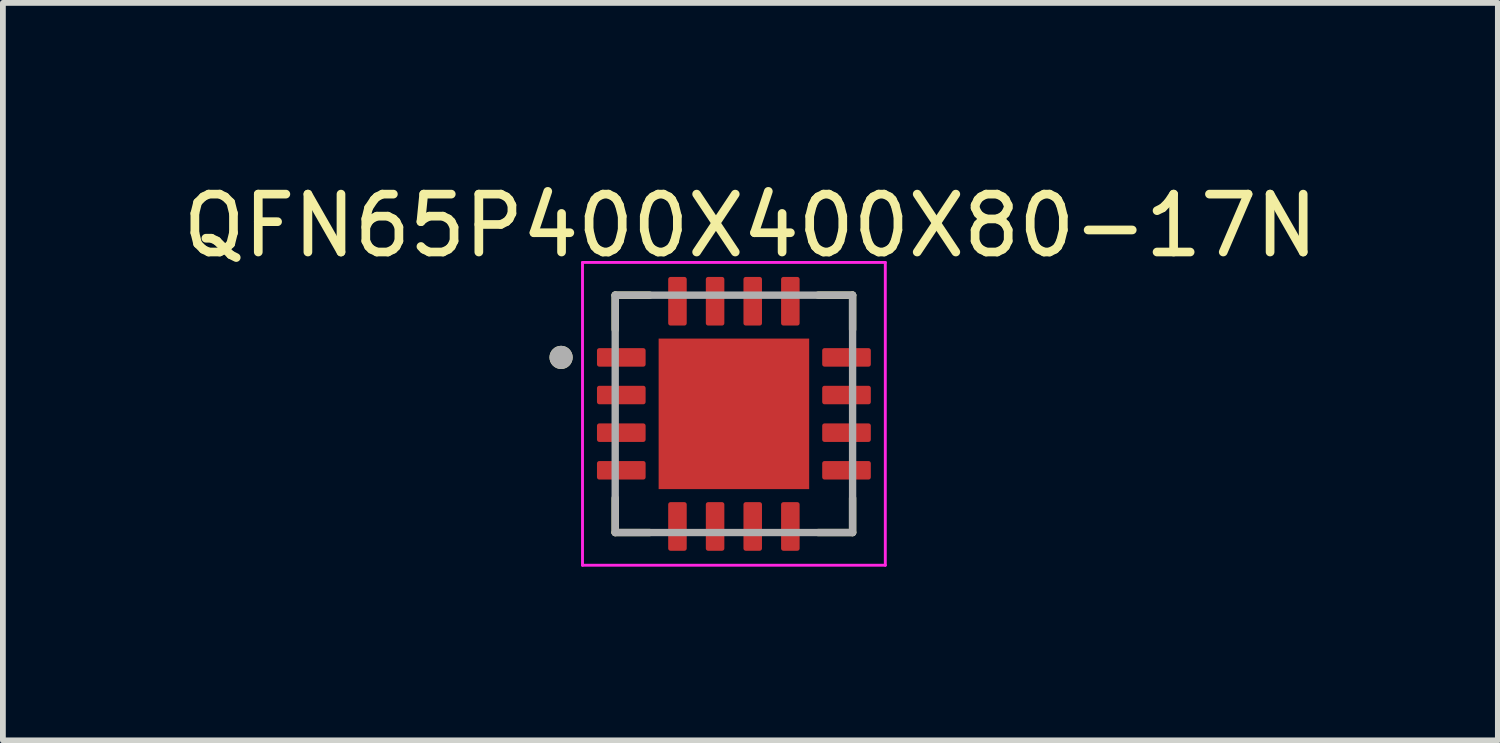
<source format=kicad_pcb>
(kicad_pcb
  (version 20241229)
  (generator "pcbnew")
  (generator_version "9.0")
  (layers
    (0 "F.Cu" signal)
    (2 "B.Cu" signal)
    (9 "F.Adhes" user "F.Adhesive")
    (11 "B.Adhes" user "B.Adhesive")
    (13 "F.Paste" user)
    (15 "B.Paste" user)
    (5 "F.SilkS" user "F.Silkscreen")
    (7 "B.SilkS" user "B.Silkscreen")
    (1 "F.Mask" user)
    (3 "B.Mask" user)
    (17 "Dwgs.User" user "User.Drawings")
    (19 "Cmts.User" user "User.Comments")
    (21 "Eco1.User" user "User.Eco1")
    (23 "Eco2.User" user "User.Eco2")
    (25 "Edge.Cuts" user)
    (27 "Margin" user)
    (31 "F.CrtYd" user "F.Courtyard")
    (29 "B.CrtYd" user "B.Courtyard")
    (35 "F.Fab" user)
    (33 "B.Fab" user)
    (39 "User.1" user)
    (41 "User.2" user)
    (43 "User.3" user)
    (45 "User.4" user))
  (footprint "QFN65P400X400X80-17N"
    (layer "F.Cu")
    (at 9.626 4.098)
    (property "Reference" "QFN65P400X400X80-17N" (at 0.285 -3.25 0) (layer "F.SilkS") (effects (font (size 1 1) (thickness 0.15))))
    (attr smd)
    (fp_line (start -2.05 -2.05) (end -2.05 -1.455) (stroke (width 0.127) (type solid)) (layer "F.SilkS"))
    (fp_line (start -2.05 -2.05) (end -1.455 -2.05) (stroke (width 0.127) (type solid)) (layer "F.SilkS"))
    (fp_line (start -2.05 2.05) (end -2.05 1.455) (stroke (width 0.127) (type solid)) (layer "F.SilkS"))
    (fp_line (start -2.05 2.05) (end -1.455 2.05) (stroke (width 0.127) (type solid)) (layer "F.SilkS"))
    (fp_line (start 2.05 -2.05) (end 1.455 -2.05) (stroke (width 0.127) (type solid)) (layer "F.SilkS"))
    (fp_line (start 2.05 -2.05) (end 2.05 -1.455) (stroke (width 0.127) (type solid)) (layer "F.SilkS"))
    (fp_line (start 2.05 2.05) (end 1.455 2.05) (stroke (width 0.127) (type solid)) (layer "F.SilkS"))
    (fp_line (start 2.05 2.05) (end 2.05 1.455) (stroke (width 0.127) (type solid)) (layer "F.SilkS"))
    (fp_circle (center -2.985 -0.975) (end -2.885 -0.975) (stroke (width 0.2) (type solid)) (fill no) (layer "F.SilkS"))
    (fp_poly (pts (xy -0.82 -0.82) (xy 0.82 -0.82) (xy 0.82 0.82) (xy -0.82 0.82)) (stroke (width 0.01) (type solid)) (fill yes) (layer "F.Paste"))
    (fp_line (start -2.615 -2.615) (end 2.615 -2.615) (stroke (width 0.05) (type solid)) (layer "F.CrtYd"))
    (fp_line (start -2.615 2.615) (end -2.615 -2.615) (stroke (width 0.05) (type solid)) (layer "F.CrtYd"))
    (fp_line (start -2.615 2.615) (end 2.615 2.615) (stroke (width 0.05) (type solid)) (layer "F.CrtYd"))
    (fp_line (start 2.615 2.615) (end 2.615 -2.615) (stroke (width 0.05) (type solid)) (layer "F.CrtYd"))
    (fp_line (start -2.05 2.05) (end -2.05 -2.05) (stroke (width 0.127) (type solid)) (layer "F.Fab"))
    (fp_line (start 2.05 -2.05) (end -2.05 -2.05) (stroke (width 0.127) (type solid)) (layer "F.Fab"))
    (fp_line (start 2.05 2.05) (end -2.05 2.05) (stroke (width 0.127) (type solid)) (layer "F.Fab"))
    (fp_line (start 2.05 2.05) (end 2.05 -2.05) (stroke (width 0.127) (type solid)) (layer "F.Fab"))
    (fp_circle (center -2.985 -0.975) (end -2.885 -0.975) (stroke (width 0.2) (type solid)) (fill no) (layer "F.Fab"))
    (pad "1" smd roundrect (at -1.945 -0.975) (size 0.84 0.32) (layers "F.Cu" "F.Mask" "F.Paste") (roundrect_rratio 0.125))
    (pad "2" smd roundrect (at -1.945 -0.325) (size 0.84 0.32) (layers "F.Cu" "F.Mask" "F.Paste") (roundrect_rratio 0.125))
    (pad "3" smd roundrect (at -1.945 0.325) (size 0.84 0.32) (layers "F.Cu" "F.Mask" "F.Paste") (roundrect_rratio 0.125))
    (pad "4" smd roundrect (at -1.945 0.975) (size 0.84 0.32) (layers "F.Cu" "F.Mask" "F.Paste") (roundrect_rratio 0.125))
    (pad "5" smd roundrect (at -0.975 1.945) (size 0.32 0.84) (layers "F.Cu" "F.Mask" "F.Paste") (roundrect_rratio 0.125))
    (pad "6" smd roundrect (at -0.325 1.945) (size 0.32 0.84) (layers "F.Cu" "F.Mask" "F.Paste") (roundrect_rratio 0.125))
    (pad "7" smd roundrect (at 0.325 1.945) (size 0.32 0.84) (layers "F.Cu" "F.Mask" "F.Paste") (roundrect_rratio 0.125))
    (pad "8" smd roundrect (at 0.975 1.945) (size 0.32 0.84) (layers "F.Cu" "F.Mask" "F.Paste") (roundrect_rratio 0.125))
    (pad "9" smd roundrect (at 1.945 0.975) (size 0.84 0.32) (layers "F.Cu" "F.Mask" "F.Paste") (roundrect_rratio 0.125))
    (pad "10" smd roundrect (at 1.945 0.325) (size 0.84 0.32) (layers "F.Cu" "F.Mask" "F.Paste") (roundrect_rratio 0.125))
    (pad "11" smd roundrect (at 1.945 -0.325) (size 0.84 0.32) (layers "F.Cu" "F.Mask" "F.Paste") (roundrect_rratio 0.125))
    (pad "12" smd roundrect (at 1.945 -0.975) (size 0.84 0.32) (layers "F.Cu" "F.Mask" "F.Paste") (roundrect_rratio 0.125))
    (pad "13" smd roundrect (at 0.975 -1.945) (size 0.32 0.84) (layers "F.Cu" "F.Mask" "F.Paste") (roundrect_rratio 0.125))
    (pad "14" smd roundrect (at 0.325 -1.945) (size 0.32 0.84) (layers "F.Cu" "F.Mask" "F.Paste") (roundrect_rratio 0.125))
    (pad "15" smd roundrect (at -0.325 -1.945) (size 0.32 0.84) (layers "F.Cu" "F.Mask" "F.Paste") (roundrect_rratio 0.125))
    (pad "16" smd roundrect (at -0.975 -1.945) (size 0.32 0.84) (layers "F.Cu" "F.Mask" "F.Paste") (roundrect_rratio 0.125))
    (pad "17" smd rect (at 0 0) (size 2.6 2.6) (layers "F.Cu" "F.Mask")))
  (gr_rect
    (start -3 -3)
    (end 22.821 9.738)
    (stroke (width 0.1) (type default))
    (fill no)
    (layer "Edge.Cuts")))
</source>
